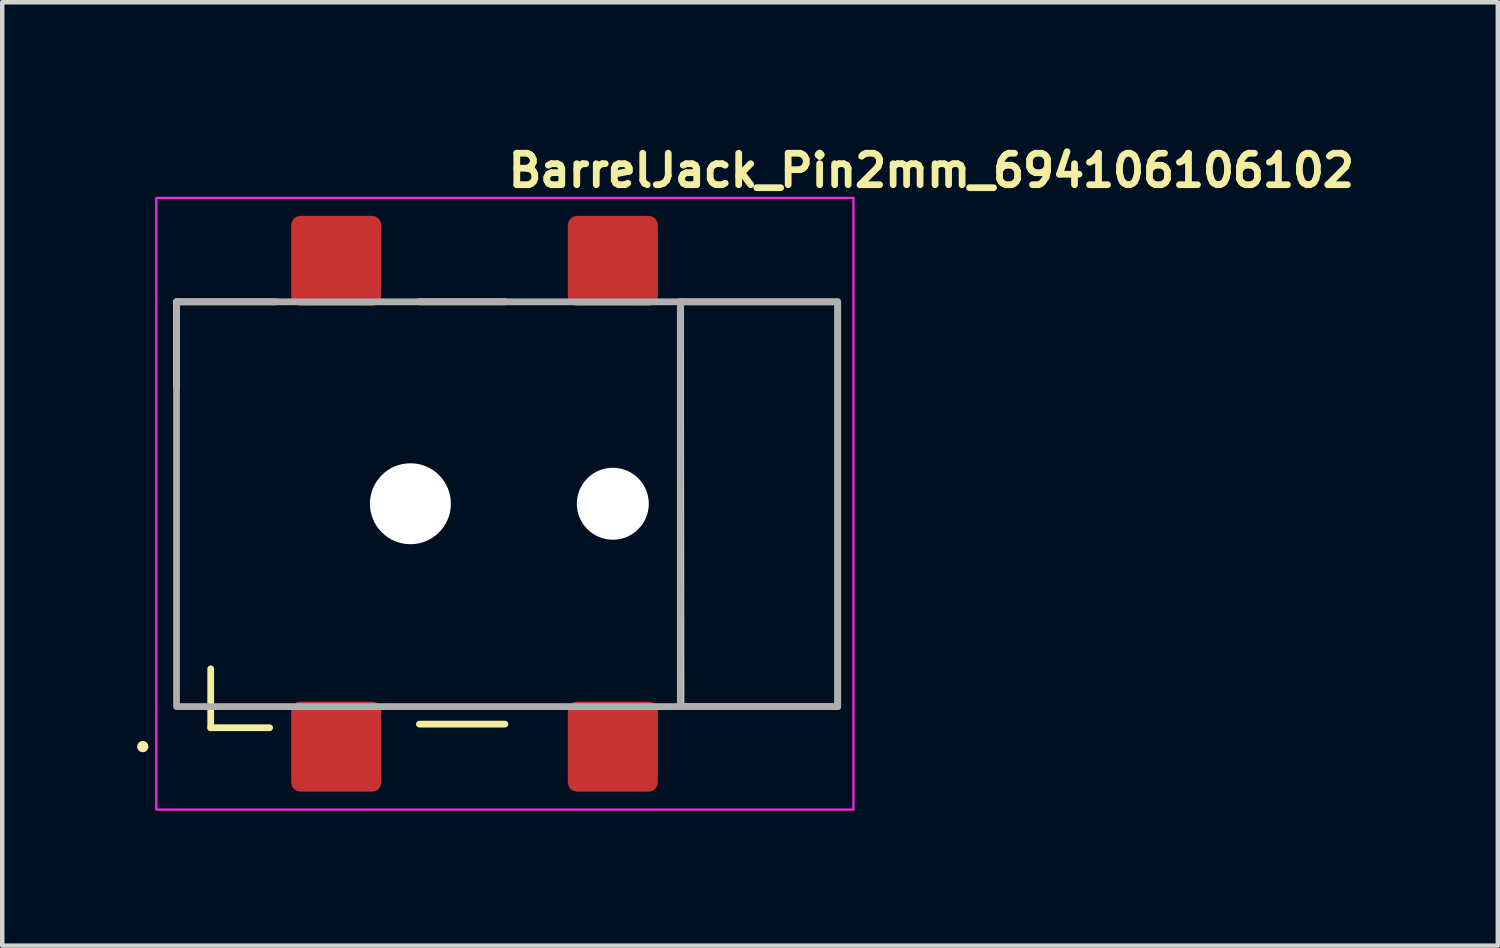
<source format=kicad_pcb>
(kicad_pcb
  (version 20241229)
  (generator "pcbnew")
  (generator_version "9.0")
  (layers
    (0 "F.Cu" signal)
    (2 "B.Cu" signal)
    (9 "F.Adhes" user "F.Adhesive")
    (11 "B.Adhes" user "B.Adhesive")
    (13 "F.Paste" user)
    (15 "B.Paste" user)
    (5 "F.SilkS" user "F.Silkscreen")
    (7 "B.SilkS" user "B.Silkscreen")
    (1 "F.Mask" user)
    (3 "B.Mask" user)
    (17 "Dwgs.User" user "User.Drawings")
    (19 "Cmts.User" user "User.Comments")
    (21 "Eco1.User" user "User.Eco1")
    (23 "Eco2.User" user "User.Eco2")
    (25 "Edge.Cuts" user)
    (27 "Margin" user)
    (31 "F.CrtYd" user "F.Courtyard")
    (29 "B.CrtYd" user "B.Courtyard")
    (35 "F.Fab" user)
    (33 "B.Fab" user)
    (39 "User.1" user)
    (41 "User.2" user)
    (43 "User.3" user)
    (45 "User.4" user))
  (footprint "BarrelJack_Pin2mm_694106106102"
    (layer "F.Cu")
    (at 8.175 8.15)
    (property "Reference" "BarrelJack_Pin2mm_694106106102" (at 0 -7 0) (layer "F.SilkS") (effects (font (size 0.7 0.7) (thickness 0.15)) (justify left bottom)))
    (attr smd)
    (fp_line (start -7.3 -4.49) (end -7.3 -2.59) (stroke (width 0.15) (type solid)) (layer "F.SilkS"))
    (fp_line (start -7.3 -4.49) (end -5.1 -4.49) (stroke (width 0.15) (type solid)) (layer "F.SilkS"))
    (fp_line (start -6.54 4.98) (end -6.54 3.67) (stroke (width 0.15) (type solid)) (layer "F.SilkS"))
    (fp_line (start -6.54 4.98) (end -5.23 4.98) (stroke (width 0.15) (type solid)) (layer "F.SilkS"))
    (fp_line (start 0 -4.49) (end -1.9 -4.49) (stroke (width 0.15) (type solid)) (layer "F.SilkS"))
    (fp_line (start 0 4.9) (end -1.9 4.9) (stroke (width 0.15) (type solid)) (layer "F.SilkS"))
    (fp_line (start 3.905 -4.49) (end 3.915 4.51) (stroke (width 0.15) (type solid)) (layer "F.SilkS"))
    (fp_circle (center -8.05 5.4) (end -8 5.4) (stroke (width 0.15) (type solid)) (fill yes) (layer "F.SilkS"))
    (fp_rect (start -7.75 -6.8) (end 7.75 6.8) (stroke (width 0.05) (type solid)) (fill no) (layer "F.CrtYd"))
    (fp_rect (start -7.3 4.51) (end 7.4 -4.49) (stroke (width 0.15) (type solid)) (fill no) (layer "F.Fab"))
    (fp_rect (start 3.9 -4.49) (end 7.4 4.51) (stroke (width 0.15) (type solid)) (fill no) (layer "F.Fab"))
    (fp_rect (start -7.35 -6.25) (end 7.35 6.25) (stroke (width 0.1) (type solid)) (fill no) (layer "User.5"))
    (fp_line (start -7.35 -4.5) (end -6.05 -4.5) (stroke (width 0.02) (type solid)) (layer "User.9"))
    (fp_line (start -7.35 -1.7) (end -7.35 -4.5) (stroke (width 0.02) (type solid)) (layer "User.9"))
    (fp_line (start -7.35 -1.7) (end -6.45 -1.7) (stroke (width 0.02) (type solid)) (layer "User.9"))
    (fp_line (start -6.85 -0.584) (end -6.85 0.584) (stroke (width 0.02) (type solid)) (layer "User.9"))
    (fp_line (start -6.85 -0.584) (end -6.374 -0.667) (stroke (width 0.02) (type solid)) (layer "User.9"))
    (fp_line (start -6.85 0.584) (end -6.415 0.66) (stroke (width 0.02) (type solid)) (layer "User.9"))
    (fp_line (start -6.65 -1.25) (end -6.65 -1.25) (stroke (width 0.02) (type solid)) (layer "User.9"))
    (fp_line (start -6.65 -1.25) (end -6.65 1.25) (stroke (width 0.02) (type solid)) (layer "User.9"))
    (fp_line (start -6.65 -1.25) (end -6.649 -1.267) (stroke (width 0.02) (type solid)) (layer "User.9"))
    (fp_line (start -6.65 1.25) (end -6.65 1.25) (stroke (width 0.02) (type solid)) (layer "User.9"))
    (fp_line (start -6.649 -1.267) (end -6.644 -1.283) (stroke (width 0.02) (type solid)) (layer "User.9"))
    (fp_line (start -6.647 1.273) (end -6.65 1.25) (stroke (width 0.02) (type solid)) (layer "User.9"))
    (fp_line (start -6.644 -1.283) (end -6.638 -1.298) (stroke (width 0.02) (type solid)) (layer "User.9"))
    (fp_line (start -6.64 1.294) (end -6.647 1.273) (stroke (width 0.02) (type solid)) (layer "User.9"))
    (fp_line (start -6.638 -1.298) (end -6.628 -1.312) (stroke (width 0.02) (type solid)) (layer "User.9"))
    (fp_line (start -6.631 1.309) (end -6.64 1.294) (stroke (width 0.02) (type solid)) (layer "User.9"))
    (fp_line (start -6.628 -1.312) (end -6.617 -1.324) (stroke (width 0.02) (type solid)) (layer "User.9"))
    (fp_line (start -6.62 1.322) (end -6.631 1.309) (stroke (width 0.02) (type solid)) (layer "User.9"))
    (fp_line (start -6.617 -1.324) (end -6.604 -1.334) (stroke (width 0.02) (type solid)) (layer "User.9"))
    (fp_line (start -6.607 1.332) (end -6.62 1.322) (stroke (width 0.02) (type solid)) (layer "User.9"))
    (fp_line (start -6.604 -1.334) (end -6.589 -1.342) (stroke (width 0.02) (type solid)) (layer "User.9"))
    (fp_line (start -6.593 1.34) (end -6.607 1.332) (stroke (width 0.02) (type solid)) (layer "User.9"))
    (fp_line (start -6.589 -1.342) (end -6.573 -1.347) (stroke (width 0.02) (type solid)) (layer "User.9"))
    (fp_line (start -6.577 1.346) (end -6.593 1.34) (stroke (width 0.02) (type solid)) (layer "User.9"))
    (fp_line (start -6.573 -1.347) (end -6.556 -1.35) (stroke (width 0.02) (type solid)) (layer "User.9"))
    (fp_line (start -6.561 1.35) (end -6.577 1.346) (stroke (width 0.02) (type solid)) (layer "User.9"))
    (fp_line (start -6.556 -1.35) (end -6.54 -1.35) (stroke (width 0.02) (type solid)) (layer "User.9"))
    (fp_line (start -6.544 1.35) (end -6.561 1.35) (stroke (width 0.02) (type solid)) (layer "User.9"))
    (fp_line (start -6.54 -1.35) (end -6.523 -1.346) (stroke (width 0.02) (type solid)) (layer "User.9"))
    (fp_line (start -6.527 1.347) (end -6.544 1.35) (stroke (width 0.02) (type solid)) (layer "User.9"))
    (fp_line (start -6.523 -1.346) (end -6.507 -1.34) (stroke (width 0.02) (type solid)) (layer "User.9"))
    (fp_line (start -6.511 1.342) (end -6.527 1.347) (stroke (width 0.02) (type solid)) (layer "User.9"))
    (fp_line (start -6.507 -1.34) (end -6.493 -1.332) (stroke (width 0.02) (type solid)) (layer "User.9"))
    (fp_line (start -6.496 1.334) (end -6.511 1.342) (stroke (width 0.02) (type solid)) (layer "User.9"))
    (fp_line (start -6.493 -1.332) (end -6.48 -1.322) (stroke (width 0.02) (type solid)) (layer "User.9"))
    (fp_line (start -6.483 1.324) (end -6.496 1.334) (stroke (width 0.02) (type solid)) (layer "User.9"))
    (fp_line (start -6.48 -1.322) (end -6.47 -1.309) (stroke (width 0.02) (type solid)) (layer "User.9"))
    (fp_line (start -6.472 1.312) (end -6.483 1.324) (stroke (width 0.02) (type solid)) (layer "User.9"))
    (fp_line (start -6.47 -1.309) (end -6.46 -1.294) (stroke (width 0.02) (type solid)) (layer "User.9"))
    (fp_line (start -6.462 1.298) (end -6.472 1.312) (stroke (width 0.02) (type solid)) (layer "User.9"))
    (fp_line (start -6.46 -1.294) (end -6.453 -1.273) (stroke (width 0.02) (type solid)) (layer "User.9"))
    (fp_line (start -6.456 1.283) (end -6.462 1.298) (stroke (width 0.02) (type solid)) (layer "User.9"))
    (fp_line (start -6.453 -1.273) (end -6.374 -0.667) (stroke (width 0.02) (type solid)) (layer "User.9"))
    (fp_line (start -6.451 1.267) (end -6.456 1.283) (stroke (width 0.02) (type solid)) (layer "User.9"))
    (fp_line (start -6.45 -2.425) (end -6.05 -2.425) (stroke (width 0.02) (type solid)) (layer "User.9"))
    (fp_line (start -6.45 2.425) (end -6.45 -2.425) (stroke (width 0.02) (type solid)) (layer "User.9"))
    (fp_line (start -6.45 2.425) (end -6.45 2.425) (stroke (width 0.02) (type solid)) (layer "User.9"))
    (fp_line (start -6.45 2.425) (end -6.05 2.425) (stroke (width 0.02) (type solid)) (layer "User.9"))
    (fp_line (start -6.45 4.49) (end -6.45 2.425) (stroke (width 0.02) (type solid)) (layer "User.9"))
    (fp_line (start -6.45 4.49) (end -6.45 4.49) (stroke (width 0.02) (type solid)) (layer "User.9"))
    (fp_line (start -6.446 4.544) (end -6.45 4.49) (stroke (width 0.02) (type solid)) (layer "User.9"))
    (fp_line (start -6.436 4.597) (end -6.446 4.544) (stroke (width 0.02) (type solid)) (layer "User.9"))
    (fp_line (start -6.419 4.647) (end -6.436 4.597) (stroke (width 0.02) (type solid)) (layer "User.9"))
    (fp_line (start -6.415 0.66) (end -6.451 1.267) (stroke (width 0.02) (type solid)) (layer "User.9"))
    (fp_line (start -6.395 4.695) (end -6.419 4.647) (stroke (width 0.02) (type solid)) (layer "User.9"))
    (fp_line (start -6.365 4.74) (end -6.395 4.695) (stroke (width 0.02) (type solid)) (layer "User.9"))
    (fp_line (start -6.33 4.78) (end -6.365 4.74) (stroke (width 0.02) (type solid)) (layer "User.9"))
    (fp_line (start -6.29 4.815) (end -6.33 4.78) (stroke (width 0.02) (type solid)) (layer "User.9"))
    (fp_line (start -6.245 4.845) (end -6.29 4.815) (stroke (width 0.02) (type solid)) (layer "User.9"))
    (fp_line (start -6.196 4.869) (end -6.245 4.845) (stroke (width 0.02) (type solid)) (layer "User.9"))
    (fp_line (start -6.146 4.886) (end -6.196 4.869) (stroke (width 0.02) (type solid)) (layer "User.9"))
    (fp_line (start -6.094 4.896) (end -6.146 4.886) (stroke (width 0.02) (type solid)) (layer "User.9"))
    (fp_line (start -6.05 -4.5) (end -6.05 -3.95) (stroke (width 0.02) (type solid)) (layer "User.9"))
    (fp_line (start -6.05 -4.5) (end -6.05 -3.95) (stroke (width 0.02) (type solid)) (layer "User.9"))
    (fp_line (start -6.05 -3.95) (end -6.05 3.95) (stroke (width 0.02) (type solid)) (layer "User.9"))
    (fp_line (start -6.05 -2.425) (end -6.45 -1.7) (stroke (width 0.02) (type solid)) (layer "User.9"))
    (fp_line (start -6.05 3.95) (end -6.05 4.5) (stroke (width 0.02) (type solid)) (layer "User.9"))
    (fp_line (start -6.04 4.9) (end -6.094 4.896) (stroke (width 0.02) (type solid)) (layer "User.9"))
    (fp_line (start -6.04 4.9) (end -6.04 4.9) (stroke (width 0.02) (type solid)) (layer "User.9"))
    (fp_line (start -4.55 -4.9) (end -4.55 -6.25) (stroke (width 0.02) (type solid)) (layer "User.9"))
    (fp_line (start -4.55 -4.9) (end -4.55 -5.12) (stroke (width 0.02) (type solid)) (layer "User.9"))
    (fp_line (start -4.55 -4.5) (end -6.05 -4.5) (stroke (width 0.02) (type solid)) (layer "User.9"))
    (fp_line (start -4.55 -4.5) (end -4.55 -4.9) (stroke (width 0.02) (type solid)) (layer "User.9"))
    (fp_line (start -4.55 -4.5) (end -4.55 -3.95) (stroke (width 0.02) (type solid)) (layer "User.9"))
    (fp_line (start -4.55 -3.95) (end -6.05 -3.95) (stroke (width 0.02) (type solid)) (layer "User.9"))
    (fp_line (start -4.55 -3.95) (end -4.55 -4.5) (stroke (width 0.02) (type solid)) (layer "User.9"))
    (fp_line (start -4.55 -3.95) (end -4.55 -3.95) (stroke (width 0.02) (type solid)) (layer "User.9"))
    (fp_line (start -4.55 -3.95) (end -4.55 3.95) (stroke (width 0.02) (type solid)) (layer "User.9"))
    (fp_line (start -4.55 3.95) (end -6.05 3.95) (stroke (width 0.02) (type solid)) (layer "User.9"))
    (fp_line (start -4.55 3.95) (end -4.55 -3.95) (stroke (width 0.02) (type solid)) (layer "User.9"))
    (fp_line (start -4.55 3.95) (end -4.55 4.5) (stroke (width 0.02) (type solid)) (layer "User.9"))
    (fp_line (start -4.55 4.5) (end -6.05 4.5) (stroke (width 0.02) (type solid)) (layer "User.9"))
    (fp_line (start -4.55 4.5) (end -4.55 3.95) (stroke (width 0.02) (type solid)) (layer "User.9"))
    (fp_line (start -4.55 4.9) (end -4.55 5.125) (stroke (width 0.02) (type solid)) (layer "User.9"))
    (fp_line (start -4.55 4.9) (end -4.55 5.125) (stroke (width 0.02) (type solid)) (layer "User.9"))
    (fp_line (start -4.55 5.125) (end -4.55 6.25) (stroke (width 0.02) (type solid)) (layer "User.9"))
    (fp_line (start -3.4 2.17) (end -3.4 -2.17) (stroke (width 0.02) (type solid)) (layer "User.9"))
    (fp_line (start -3.299 -0.077) (end -3.299 0.077) (stroke (width 0.02) (type solid)) (layer "User.9"))
    (fp_line (start -3.299 0.077) (end -3.291 0.232) (stroke (width 0.02) (type solid)) (layer "User.9"))
    (fp_line (start -3.291 -0.232) (end -3.299 -0.077) (stroke (width 0.02) (type solid)) (layer "User.9"))
    (fp_line (start -3.291 0.232) (end -3.275 0.385) (stroke (width 0.02) (type solid)) (layer "User.9"))
    (fp_line (start -3.275 -0.385) (end -3.291 -0.232) (stroke (width 0.02) (type solid)) (layer "User.9"))
    (fp_line (start -3.275 0.385) (end -3.251 0.538) (stroke (width 0.02) (type solid)) (layer "User.9"))
    (fp_line (start -3.251 -0.538) (end -3.275 -0.385) (stroke (width 0.02) (type solid)) (layer "User.9"))
    (fp_line (start -3.251 0.538) (end -3.22 0.689) (stroke (width 0.02) (type solid)) (layer "User.9"))
    (fp_line (start -3.22 -0.689) (end -3.251 -0.538) (stroke (width 0.02) (type solid)) (layer "User.9"))
    (fp_line (start -3.22 0.689) (end -3.18 0.839) (stroke (width 0.02) (type solid)) (layer "User.9"))
    (fp_line (start -3.18 -0.838) (end -3.22 -0.689) (stroke (width 0.02) (type solid)) (layer "User.9"))
    (fp_line (start -3.18 0.839) (end -3.133 0.986) (stroke (width 0.02) (type solid)) (layer "User.9"))
    (fp_line (start -3.133 -0.986) (end -3.18 -0.838) (stroke (width 0.02) (type solid)) (layer "User.9"))
    (fp_line (start -3.133 0.986) (end -3.079 1.13) (stroke (width 0.02) (type solid)) (layer "User.9"))
    (fp_line (start -3.079 -1.13) (end -3.133 -0.986) (stroke (width 0.02) (type solid)) (layer "User.9"))
    (fp_line (start -3.079 1.13) (end -3.017 1.272) (stroke (width 0.02) (type solid)) (layer "User.9"))
    (fp_line (start -3.05 -6.25) (end -4.55 -6.25) (stroke (width 0.02) (type solid)) (layer "User.9"))
    (fp_line (start -3.05 -5.12) (end -4.55 -5.12) (stroke (width 0.02) (type solid)) (layer "User.9"))
    (fp_line (start -3.05 -5.12) (end -3.05 -6.25) (stroke (width 0.02) (type solid)) (layer "User.9"))
    (fp_line (start -3.05 -4.9) (end -3.05 -5.12) (stroke (width 0.02) (type solid)) (layer "User.9"))
    (fp_line (start -3.05 4.9) (end -3.05 5.125) (stroke (width 0.02) (type solid)) (layer "User.9"))
    (fp_line (start -3.05 5.125) (end -4.55 5.125) (stroke (width 0.02) (type solid)) (layer "User.9"))
    (fp_line (start -3.05 5.125) (end -3.05 6.25) (stroke (width 0.02) (type solid)) (layer "User.9"))
    (fp_line (start -3.05 6.25) (end -4.55 6.25) (stroke (width 0.02) (type solid)) (layer "User.9"))
    (fp_line (start -3.018 -1.272) (end -3.079 -1.13) (stroke (width 0.02) (type solid)) (layer "User.9"))
    (fp_line (start -3.017 1.272) (end -2.948 1.41) (stroke (width 0.02) (type solid)) (layer "User.9"))
    (fp_line (start -2.948 -1.41) (end -3.018 -1.272) (stroke (width 0.02) (type solid)) (layer "User.9"))
    (fp_line (start -2.948 1.41) (end -2.872 1.544) (stroke (width 0.02) (type solid)) (layer "User.9"))
    (fp_line (start -2.872 -1.545) (end -2.948 -1.41) (stroke (width 0.02) (type solid)) (layer "User.9"))
    (fp_line (start -2.872 1.544) (end -2.789 1.674) (stroke (width 0.02) (type solid)) (layer "User.9"))
    (fp_line (start -2.789 -1.675) (end -2.872 -1.545) (stroke (width 0.02) (type solid)) (layer "User.9"))
    (fp_line (start -2.789 1.674) (end -2.699 1.801) (stroke (width 0.02) (type solid)) (layer "User.9"))
    (fp_line (start -2.7 -1.801) (end -2.789 -1.675) (stroke (width 0.02) (type solid)) (layer "User.9"))
    (fp_line (start -2.699 1.801) (end -2.604 1.921) (stroke (width 0.02) (type solid)) (layer "User.9"))
    (fp_line (start -2.604 -1.922) (end -2.7 -1.801) (stroke (width 0.02) (type solid)) (layer "User.9"))
    (fp_line (start -2.604 1.921) (end -2.502 2.038) (stroke (width 0.02) (type solid)) (layer "User.9"))
    (fp_line (start -2.55 -4.9) (end -4.55 -4.9) (stroke (width 0.02) (type solid)) (layer "User.9"))
    (fp_line (start -2.55 -4.9) (end -2.55 -4.5) (stroke (width 0.02) (type solid)) (layer "User.9"))
    (fp_line (start -2.55 -4.5) (end -3.05 -4.9) (stroke (width 0.02) (type solid)) (layer "User.9"))
    (fp_line (start -2.502 -2.038) (end -2.604 -1.922) (stroke (width 0.02) (type solid)) (layer "User.9"))
    (fp_line (start -2.502 2.038) (end -2.394 2.148) (stroke (width 0.02) (type solid)) (layer "User.9"))
    (fp_line (start -2.394 -2.148) (end -2.502 -2.038) (stroke (width 0.02) (type solid)) (layer "User.9"))
    (fp_line (start -2.394 2.148) (end -2.28 2.253) (stroke (width 0.02) (type solid)) (layer "User.9"))
    (fp_line (start -2.37 -2.17) (end -3.4 -2.17) (stroke (width 0.02) (type solid)) (layer "User.9"))
    (fp_line (start -2.37 2.17) (end -3.4 2.17) (stroke (width 0.02) (type solid)) (layer "User.9"))
    (fp_line (start -2.28 -2.253) (end -2.394 -2.148) (stroke (width 0.02) (type solid)) (layer "User.9"))
    (fp_line (start -2.28 2.253) (end -2.162 2.353) (stroke (width 0.02) (type solid)) (layer "User.9"))
    (fp_line (start -2.162 -2.352) (end -2.28 -2.253) (stroke (width 0.02) (type solid)) (layer "User.9"))
    (fp_line (start -2.162 2.353) (end -2.038 2.445) (stroke (width 0.02) (type solid)) (layer "User.9"))
    (fp_line (start -2.038 -2.445) (end -2.162 -2.352) (stroke (width 0.02) (type solid)) (layer "User.9"))
    (fp_line (start -2.038 2.445) (end -1.91 2.531) (stroke (width 0.02) (type solid)) (layer "User.9"))
    (fp_line (start -1.91 -2.531) (end -2.038 -2.445) (stroke (width 0.02) (type solid)) (layer "User.9"))
    (fp_line (start -1.91 2.531) (end -1.778 2.611) (stroke (width 0.02) (type solid)) (layer "User.9"))
    (fp_line (start -1.778 -2.611) (end -1.91 -2.531) (stroke (width 0.02) (type solid)) (layer "User.9"))
    (fp_line (start -1.778 2.611) (end -1.641 2.683) (stroke (width 0.02) (type solid)) (layer "User.9"))
    (fp_line (start -1.641 -2.683) (end -1.778 -2.611) (stroke (width 0.02) (type solid)) (layer "User.9"))
    (fp_line (start -1.641 2.683) (end -1.501 2.749) (stroke (width 0.02) (type solid)) (layer "User.9"))
    (fp_line (start -1.501 -2.749) (end -1.641 -2.683) (stroke (width 0.02) (type solid)) (layer "User.9"))
    (fp_line (start -1.501 2.749) (end -1.358 2.807) (stroke (width 0.02) (type solid)) (layer "User.9"))
    (fp_line (start -1.358 -2.808) (end -1.501 -2.749) (stroke (width 0.02) (type solid)) (layer "User.9"))
    (fp_line (start -1.358 2.807) (end -1.212 2.857) (stroke (width 0.02) (type solid)) (layer "User.9"))
    (fp_line (start -1.212 -2.858) (end -1.358 -2.808) (stroke (width 0.02) (type solid)) (layer "User.9"))
    (fp_line (start -1.212 2.857) (end -1.064 2.901) (stroke (width 0.02) (type solid)) (layer "User.9"))
    (fp_line (start -1.064 -2.901) (end -1.212 -2.858) (stroke (width 0.02) (type solid)) (layer "User.9"))
    (fp_line (start -1.064 2.901) (end -0.914 2.937) (stroke (width 0.02) (type solid)) (layer "User.9"))
    (fp_line (start -0.914 -2.937) (end -1.064 -2.901) (stroke (width 0.02) (type solid)) (layer "User.9"))
    (fp_line (start -0.914 2.937) (end -0.762 2.964) (stroke (width 0.02) (type solid)) (layer "User.9"))
    (fp_line (start -0.762 -2.964) (end -0.914 -2.937) (stroke (width 0.02) (type solid)) (layer "User.9"))
    (fp_line (start -0.762 2.964) (end -0.608 2.984) (stroke (width 0.02) (type solid)) (layer "User.9"))
    (fp_line (start -0.608 -2.984) (end -0.762 -2.964) (stroke (width 0.02) (type solid)) (layer "User.9"))
    (fp_line (start -0.608 2.984) (end -0.454 2.996) (stroke (width 0.02) (type solid)) (layer "User.9"))
    (fp_line (start -0.454 -2.996) (end -0.608 -2.984) (stroke (width 0.02) (type solid)) (layer "User.9"))
    (fp_line (start -0.454 2.996) (end -0.3 3) (stroke (width 0.02) (type solid)) (layer "User.9"))
    (fp_line (start -0.3 -3) (end -0.454 -2.996) (stroke (width 0.02) (type solid)) (layer "User.9"))
    (fp_line (start -0.3 3) (end 3.95 3) (stroke (width 0.02) (type solid)) (layer "User.9"))
    (fp_line (start 1.6 -6.25) (end 3.1 -6.25) (stroke (width 0.02) (type solid)) (layer "User.9"))
    (fp_line (start 1.6 -5.25) (end 1.6 -6.25) (stroke (width 0.02) (type solid)) (layer "User.9"))
    (fp_line (start 1.6 -5.25) (end 3.1 -5.25) (stroke (width 0.02) (type solid)) (layer "User.9"))
    (fp_line (start 1.6 -4.985) (end 1.6 -5.25) (stroke (width 0.02) (type solid)) (layer "User.9"))
    (fp_line (start 1.6 -4.985) (end 3.1 -4.985) (stroke (width 0.02) (type solid)) (layer "User.9"))
    (fp_line (start 1.6 -4.937) (end 1.6 -5.25) (stroke (width 0.02) (type solid)) (layer "User.9"))
    (fp_line (start 1.6 -4.937) (end 1.6 -4.985) (stroke (width 0.02) (type solid)) (layer "User.9"))
    (fp_line (start 1.6 -4.937) (end 1.6 -4.53) (stroke (width 0.02) (type solid)) (layer "User.9"))
    (fp_line (start 1.6 -4.937) (end 3.1 -4.937) (stroke (width 0.02) (type solid)) (layer "User.9"))
    (fp_line (start 1.6 -4.53) (end 1.6 -4.937) (stroke (width 0.02) (type solid)) (layer "User.9"))
    (fp_line (start 1.6 -4.53) (end 1.6 -4.5) (stroke (width 0.02) (type solid)) (layer "User.9"))
    (fp_line (start 1.6 -4.53) (end 3.1 -4.53) (stroke (width 0.02) (type solid)) (layer "User.9"))
    (fp_line (start 1.6 4.9) (end 1.6 5.125) (stroke (width 0.02) (type solid)) (layer "User.9"))
    (fp_line (start 1.6 4.9) (end 1.6 5.125) (stroke (width 0.02) (type solid)) (layer "User.9"))
    (fp_line (start 1.6 5.125) (end 1.6 6.25) (stroke (width 0.02) (type solid)) (layer "User.9"))
    (fp_line (start 2.35 4.9) (end -6.04 4.9) (stroke (width 0.02) (type solid)) (layer "User.9"))
    (fp_line (start 2.35 4.9) (end 2.35 4.5) (stroke (width 0.02) (type solid)) (layer "User.9"))
    (fp_line (start 3.1 -5.25) (end 3.1 -6.25) (stroke (width 0.02) (type solid)) (layer "User.9"))
    (fp_line (start 3.1 -5.25) (end 3.1 -4.53) (stroke (width 0.02) (type solid)) (layer "User.9"))
    (fp_line (start 3.1 -4.985) (end 3.1 -5.25) (stroke (width 0.02) (type solid)) (layer "User.9"))
    (fp_line (start 3.1 -4.985) (end 3.1 -4.937) (stroke (width 0.02) (type solid)) (layer "User.9"))
    (fp_line (start 3.1 -4.937) (end 3.1 -4.985) (stroke (width 0.02) (type solid)) (layer "User.9"))
    (fp_line (start 3.1 -4.53) (end 3.1 -4.937) (stroke (width 0.02) (type solid)) (layer "User.9"))
    (fp_line (start 3.1 -4.5) (end 3.1 -4.53) (stroke (width 0.02) (type solid)) (layer "User.9"))
    (fp_line (start 3.1 5.1) (end 2.35 4.9) (stroke (width 0.02) (type solid)) (layer "User.9"))
    (fp_line (start 3.1 5.1) (end 3.1 5.125) (stroke (width 0.02) (type solid)) (layer "User.9"))
    (fp_line (start 3.1 5.125) (end 1.6 5.125) (stroke (width 0.02) (type solid)) (layer "User.9"))
    (fp_line (start 3.1 5.125) (end 3.1 6.25) (stroke (width 0.02) (type solid)) (layer "User.9"))
    (fp_line (start 3.1 6.25) (end 1.6 6.25) (stroke (width 0.02) (type solid)) (layer "User.9"))
    (fp_line (start 3.95 -4.5) (end -4.55 -4.5) (stroke (width 0.02) (type solid)) (layer "User.9"))
    (fp_line (start 3.95 -4.5) (end 3.95 -3) (stroke (width 0.02) (type solid)) (layer "User.9"))
    (fp_line (start 3.95 -4.1) (end 3.95 -4.5) (stroke (width 0.02) (type solid)) (layer "User.9"))
    (fp_line (start 3.95 -3.95) (end -4.55 -3.95) (stroke (width 0.02) (type solid)) (layer "User.9"))
    (fp_line (start 3.95 -3) (end -0.3 -3) (stroke (width 0.02) (type solid)) (layer "User.9"))
    (fp_line (start 3.95 -3) (end 3.95 -3.95) (stroke (width 0.02) (type solid)) (layer "User.9"))
    (fp_line (start 3.95 3) (end 3.95 4.1) (stroke (width 0.02) (type solid)) (layer "User.9"))
    (fp_line (start 3.95 3.95) (end -4.55 3.95) (stroke (width 0.02) (type solid)) (layer "User.9"))
    (fp_line (start 3.95 3.95) (end 3.95 3) (stroke (width 0.02) (type solid)) (layer "User.9"))
    (fp_line (start 3.95 4.5) (end -4.55 4.5) (stroke (width 0.02) (type solid)) (layer "User.9"))
    (fp_line (start 3.95 4.5) (end 3.95 4.1) (stroke (width 0.02) (type solid)) (layer "User.9"))
    (fp_line (start 3.95 5.1) (end 2.35 5.1) (stroke (width 0.02) (type solid)) (layer "User.9"))
    (fp_line (start 3.95 5.1) (end 3.95 4.5) (stroke (width 0.02) (type solid)) (layer "User.9"))
    (fp_line (start 6.95 -4.5) (end 3.95 -4.5) (stroke (width 0.02) (type solid)) (layer "User.9"))
    (fp_line (start 6.95 -4.5) (end 6.95 -4.1) (stroke (width 0.02) (type solid)) (layer "User.9"))
    (fp_line (start 6.95 -4.1) (end 3.95 -4.1) (stroke (width 0.02) (type solid)) (layer "User.9"))
    (fp_line (start 6.95 -4.1) (end 7.35 -4.1) (stroke (width 0.02) (type solid)) (layer "User.9"))
    (fp_line (start 6.95 4.1) (end 3.95 4.1) (stroke (width 0.02) (type solid)) (layer "User.9"))
    (fp_line (start 6.95 4.1) (end 6.95 -4.1) (stroke (width 0.02) (type solid)) (layer "User.9"))
    (fp_line (start 6.95 4.1) (end 6.95 4.5) (stroke (width 0.02) (type solid)) (layer "User.9"))
    (fp_line (start 6.95 4.5) (end 7.002 4.497) (stroke (width 0.02) (type solid)) (layer "User.9"))
    (fp_line (start 7.002 4.497) (end 7.054 4.487) (stroke (width 0.02) (type solid)) (layer "User.9"))
    (fp_line (start 7.053 -4.486) (end 7.003 -4.496) (stroke (width 0.02) (type solid)) (layer "User.9"))
    (fp_line (start 7.054 4.487) (end 7.104 4.47) (stroke (width 0.02) (type solid)) (layer "User.9"))
    (fp_line (start 7.103 -4.47) (end 7.053 -4.486) (stroke (width 0.02) (type solid)) (layer "User.9"))
    (fp_line (start 7.104 4.47) (end 7.15 4.446) (stroke (width 0.02) (type solid)) (layer "User.9"))
    (fp_line (start 7.15 -4.447) (end 7.103 -4.47) (stroke (width 0.02) (type solid)) (layer "User.9"))
    (fp_line (start 7.15 4.446) (end 7.194 4.417) (stroke (width 0.02) (type solid)) (layer "User.9"))
    (fp_line (start 7.193 -4.417) (end 7.15 -4.447) (stroke (width 0.02) (type solid)) (layer "User.9"))
    (fp_line (start 7.194 4.417) (end 7.233 4.383) (stroke (width 0.02) (type solid)) (layer "User.9"))
    (fp_line (start 7.233 -4.383) (end 7.193 -4.417) (stroke (width 0.02) (type solid)) (layer "User.9"))
    (fp_line (start 7.233 4.383) (end 7.267 4.343) (stroke (width 0.02) (type solid)) (layer "User.9"))
    (fp_line (start 7.267 -4.344) (end 7.233 -4.383) (stroke (width 0.02) (type solid)) (layer "User.9"))
    (fp_line (start 7.267 4.343) (end 7.297 4.3) (stroke (width 0.02) (type solid)) (layer "User.9"))
    (fp_line (start 7.296 -4.3) (end 7.267 -4.344) (stroke (width 0.02) (type solid)) (layer "User.9"))
    (fp_line (start 7.297 4.3) (end 7.32 4.253) (stroke (width 0.02) (type solid)) (layer "User.9"))
    (fp_line (start 7.32 -4.254) (end 7.296 -4.3) (stroke (width 0.02) (type solid)) (layer "User.9"))
    (fp_line (start 7.32 4.253) (end 7.336 4.203) (stroke (width 0.02) (type solid)) (layer "User.9"))
    (fp_line (start 7.32 4.5) (end 3.95 4.5) (stroke (width 0.02) (type solid)) (layer "User.9"))
    (fp_line (start 7.32 4.5) (end 7.35 4.1) (stroke (width 0.02) (type solid)) (layer "User.9"))
    (fp_line (start 7.329 -4.471) (end 6.95 -4.5) (stroke (width 0.02) (type solid)) (layer "User.9"))
    (fp_line (start 7.336 4.203) (end 7.346 4.153) (stroke (width 0.02) (type solid)) (layer "User.9"))
    (fp_line (start 7.337 -4.204) (end 7.32 -4.254) (stroke (width 0.02) (type solid)) (layer "User.9"))
    (fp_line (start 7.347 -4.152) (end 7.337 -4.204) (stroke (width 0.02) (type solid)) (layer "User.9"))
    (fp_line (start 7.35 -4.1) (end 7.329 -4.471) (stroke (width 0.02) (type solid)) (layer "User.9"))
    (fp_line (start 7.35 4.1) (end 6.95 4.1) (stroke (width 0.02) (type solid)) (layer "User.9"))
    (fp_line (start 7.35 4.1) (end 7.35 -4.1) (stroke (width 0.02) (type solid)) (layer "User.9"))
    (pad "" np_thru_hole circle (at -2.1 0 90) (size 1.8 1.8) (drill 1.8) (layers "*.Cu" "*.Mask"))
    (pad "" np_thru_hole circle (at 2.4 0 90) (size 1.6 1.6) (drill 1.6) (layers "*.Cu" "*.Mask"))
    (pad "1" smd roundrect (at -3.75 5.4 270) (size 2 2) (layers "F.Cu" "F.Mask" "F.Paste") (roundrect_rratio 0.1))
    (pad "1" smd roundrect (at 2.4 5.4 270) (size 2 2) (layers "F.Cu" "F.Mask" "F.Paste") (roundrect_rratio 0.1))
    (pad "2" smd roundrect (at 2.4 -5.4 270) (size 2 2) (layers "F.Cu" "F.Mask" "F.Paste") (roundrect_rratio 0.1))
    (pad "3" smd roundrect (at -3.75 -5.4 270) (size 2 2) (layers "F.Cu" "F.Mask" "F.Paste") (roundrect_rratio 0.1)))
  (gr_rect
    (start -3 -3)
    (end 30.252 17.975)
    (stroke (width 0.1) (type default))
    (fill no)
    (layer "Edge.Cuts")))
</source>
